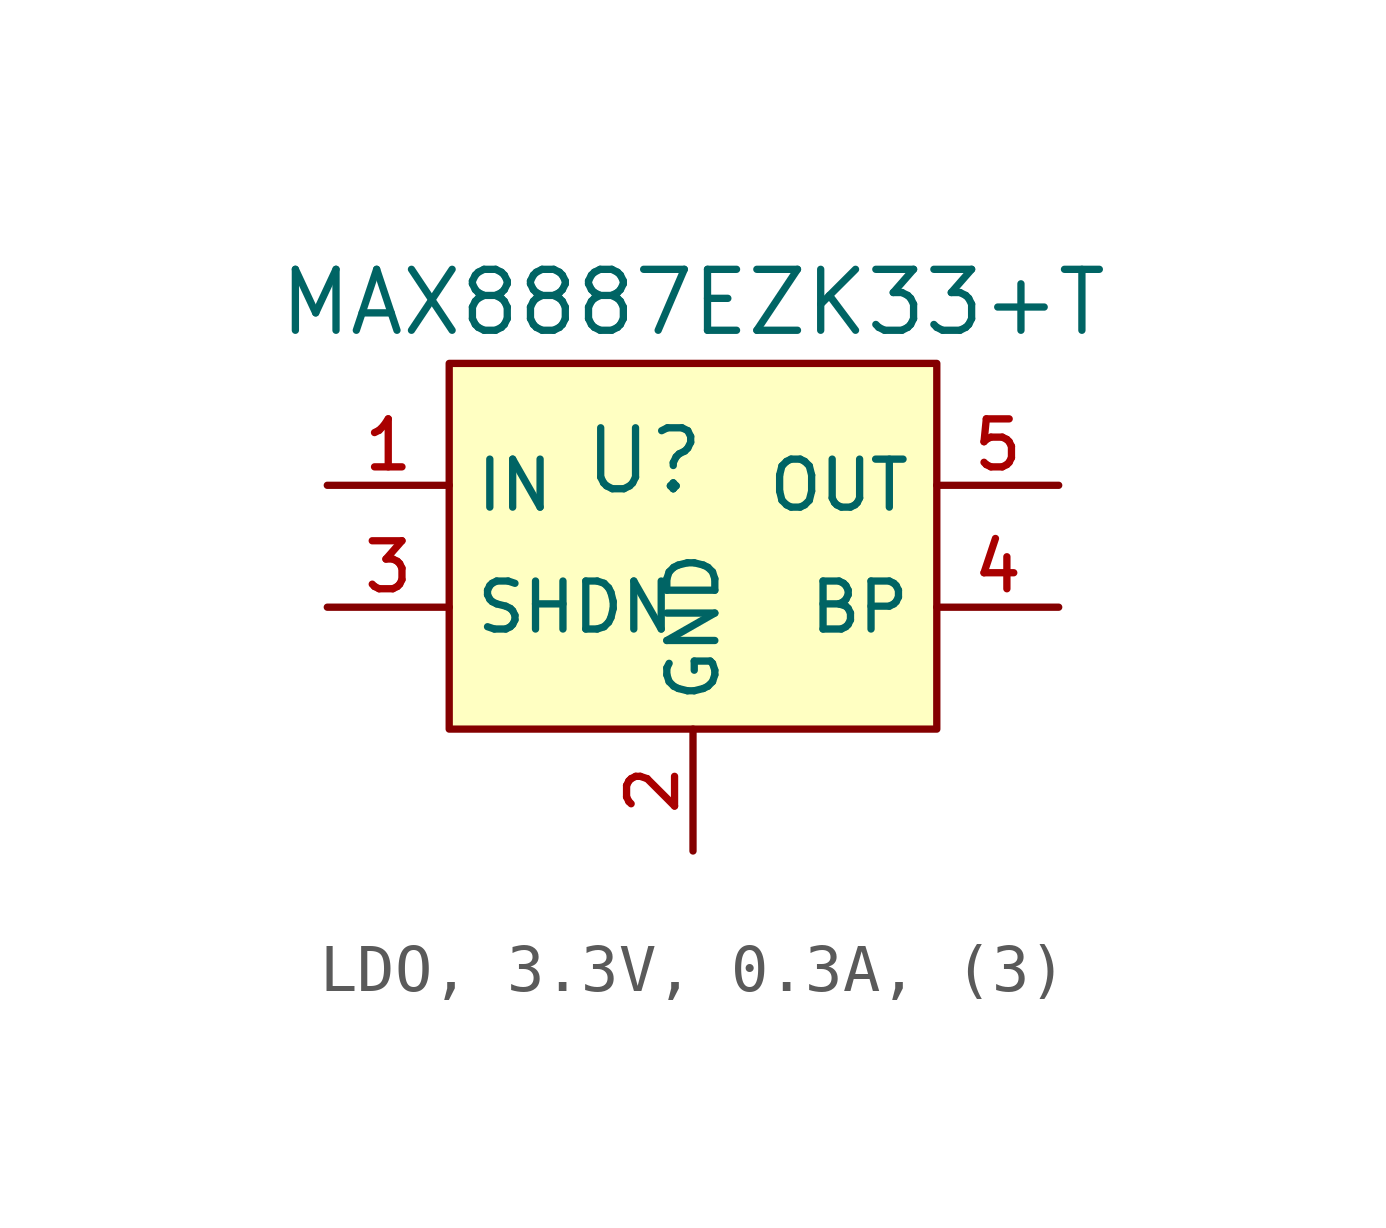
<source format=kicad_sym>
(kicad_symbol_lib
  (version 20231120)
  (generator "CDFER_Archive_Tool")
  (generator_version "0.0")
  (symbol "LDO, 3.3V, 0.3A, (3)"
    (property "Reference" "U"
      (at -1.016 3.048 0)
      (effects (font (size 1.27 1.27))))
    (property "Value" "MAX8887EZK33+T"
      (at 0 6.35 0)
      (effects (font (size 1.27 1.27))))
    (symbol "LDO, 3.3V, 0.3A, (3)_0_1"
      (rectangle (start -5.08 5.08) (end 5.08 -2.54) (stroke (width 0) (type default)) (fill (type background)))
      (pin unspecified line (at -7.62 2.54 0) (length 2.54) (name "IN" (effects (font (size 1 1)))) (number "1" (effects (font (size 1 1)))))
      (pin unspecified line (at 0 -5.08 90) (length 2.54) (name "GND" (effects (font (size 1 1)))) (number "2" (effects (font (size 1 1)))))
      (pin unspecified line (at 7.62 0 180) (length 2.54) (name "BP" (effects (font (size 1 1)))) (number "4" (effects (font (size 1 1)))))
      (pin unspecified line (at 7.62 2.54 180) (length 2.54) (name "OUT" (effects (font (size 1 1)))) (number "5" (effects (font (size 1 1))))))
    (symbol "LDO, 3.3V, 0.3A, (3)_1_1"
      (pin unspecified line (at -7.62 0 0) (length 2.54) (name "SHDN" (effects (font (size 1 1)))) (number "3" (effects (font (size 1 1))))))))
</source>
